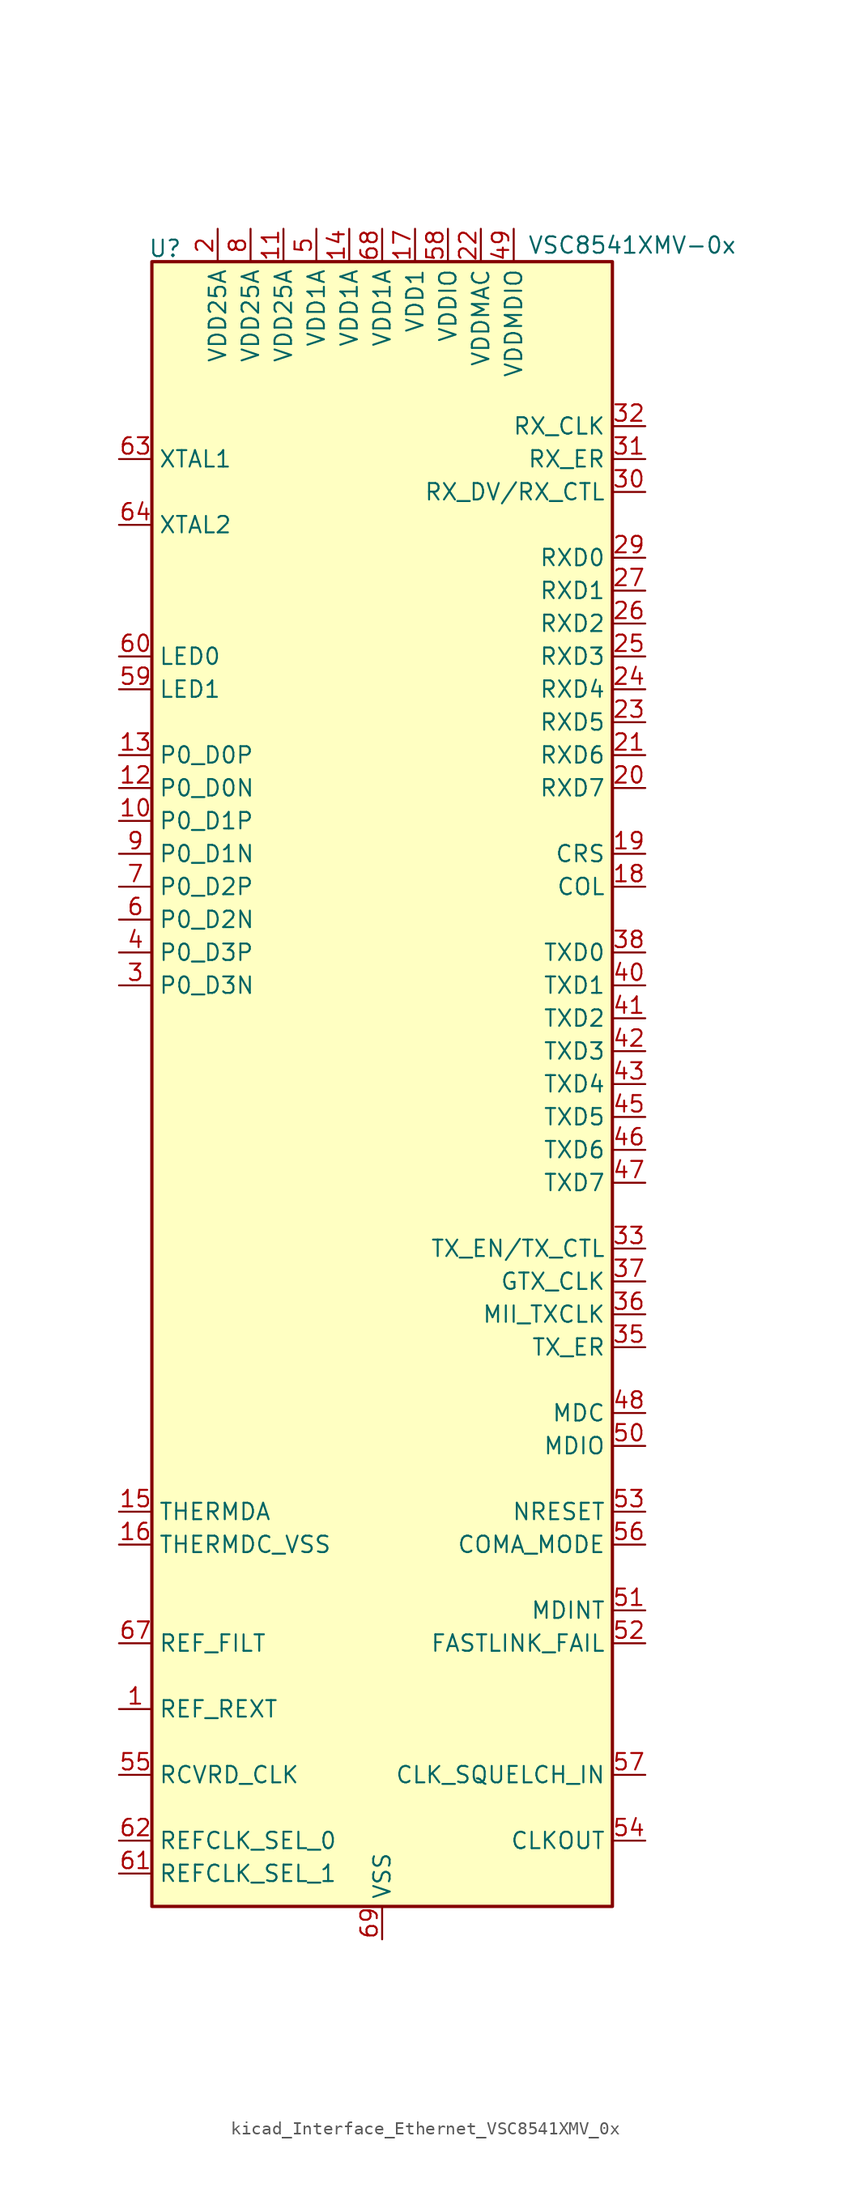
<source format=kicad_sym>
(kicad_symbol_lib
  (version 20220914)
  (generator kicad_symbol_editor)
  (symbol "kicad_Interface_Ethernet_VSC8541XMV_0x"
    (property "Reference" "U"
      (at -16.764 64.516 0)
      (effects (font (size 1.27 1.27))))
    (property "Value" "VSC8541XMV-0x"
      (at 19.304 64.77 0)
      (effects (font (size 1.27 1.27))))
    (symbol "kicad_Interface_Ethernet_VSC8541XMV_0x_0_1"
      (rectangle (start 17.78 -63.5) (end -17.78 63.5) (stroke (width 0.254) (type default)) (fill (type background)))
      (pin passive line (at -20.32 -48.26 0) (length 2.54) (name "REF_REXT" (effects (font (size 1.27 1.27)))) (number "1" (effects (font (size 1.27 1.27)))))
      (pin passive line (at -20.32 20.32 0) (length 2.54) (name "P0_D1P" (effects (font (size 1.27 1.27)))) (number "10" (effects (font (size 1.27 1.27)))))
      (pin power_in line (at -7.62 66.04 270) (length 2.54) (name "VDD25A" (effects (font (size 1.27 1.27)))) (number "11" (effects (font (size 1.27 1.27)))))
      (pin passive line (at -20.32 22.86 0) (length 2.54) (name "P0_D0N" (effects (font (size 1.27 1.27)))) (number "12" (effects (font (size 1.27 1.27)))))
      (pin passive line (at -20.32 25.4 0) (length 2.54) (name "P0_D0P" (effects (font (size 1.27 1.27)))) (number "13" (effects (font (size 1.27 1.27)))))
      (pin power_in line (at -2.54 66.04 270) (length 2.54) (name "VDD1A" (effects (font (size 1.27 1.27)))) (number "14" (effects (font (size 1.27 1.27)))))
      (pin passive line (at -20.32 -33.02 0) (length 2.54) (name "THERMDA" (effects (font (size 1.27 1.27)))) (number "15" (effects (font (size 1.27 1.27)))))
      (pin passive line (at -20.32 -35.56 0) (length 2.54) (name "THERMDC_VSS" (effects (font (size 1.27 1.27)))) (number "16" (effects (font (size 1.27 1.27)))))
      (pin power_in line (at 2.54 66.04 270) (length 2.54) (name "VDD1" (effects (font (size 1.27 1.27)))) (number "17" (effects (font (size 1.27 1.27)))))
      (pin bidirectional line (at 20.32 15.24 180) (length 2.54) (name "COL" (effects (font (size 1.27 1.27)))) (number "18" (effects (font (size 1.27 1.27)))))
      (pin bidirectional line (at 20.32 17.78 180) (length 2.54) (name "CRS" (effects (font (size 1.27 1.27)))) (number "19" (effects (font (size 1.27 1.27)))))
      (pin power_in line (at -12.7 66.04 270) (length 2.54) (name "VDD25A" (effects (font (size 1.27 1.27)))) (number "2" (effects (font (size 1.27 1.27)))))
      (pin bidirectional line (at 20.32 22.86 180) (length 2.54) (name "RXD7" (effects (font (size 1.27 1.27)))) (number "20" (effects (font (size 1.27 1.27)))))
      (pin bidirectional line (at 20.32 25.4 180) (length 2.54) (name "RXD6" (effects (font (size 1.27 1.27)))) (number "21" (effects (font (size 1.27 1.27)))))
      (pin power_in line (at 7.62 66.04 270) (length 2.54) (name "VDDMAC" (effects (font (size 1.27 1.27)))) (number "22" (effects (font (size 1.27 1.27)))))
      (pin bidirectional line (at 20.32 27.94 180) (length 2.54) (name "RXD5" (effects (font (size 1.27 1.27)))) (number "23" (effects (font (size 1.27 1.27)))))
      (pin bidirectional line (at 20.32 30.48 180) (length 2.54) (name "RXD4" (effects (font (size 1.27 1.27)))) (number "24" (effects (font (size 1.27 1.27)))))
      (pin bidirectional line (at 20.32 33.02 180) (length 2.54) (name "RXD3" (effects (font (size 1.27 1.27)))) (number "25" (effects (font (size 1.27 1.27)))))
      (pin bidirectional line (at 20.32 35.56 180) (length 2.54) (name "RXD2" (effects (font (size 1.27 1.27)))) (number "26" (effects (font (size 1.27 1.27)))))
      (pin bidirectional line (at 20.32 38.1 180) (length 2.54) (name "RXD1" (effects (font (size 1.27 1.27)))) (number "27" (effects (font (size 1.27 1.27)))))
      (pin passive line (at 7.62 66.04 270) (length 2.54) hide (name "VDDMAC" (effects (font (size 1.27 1.27)))) (number "28" (effects (font (size 1.27 1.27)))))
      (pin bidirectional line (at 20.32 40.64 180) (length 2.54) (name "RXD0" (effects (font (size 1.27 1.27)))) (number "29" (effects (font (size 1.27 1.27)))))
      (pin passive line (at -20.32 7.62 0) (length 2.54) (name "P0_D3N" (effects (font (size 1.27 1.27)))) (number "3" (effects (font (size 1.27 1.27)))))
      (pin bidirectional line (at 20.32 45.72 180) (length 2.54) (name "RX_DV/RX_CTL" (effects (font (size 1.27 1.27)))) (number "30" (effects (font (size 1.27 1.27)))))
      (pin bidirectional line (at 20.32 48.26 180) (length 2.54) (name "RX_ER" (effects (font (size 1.27 1.27)))) (number "31" (effects (font (size 1.27 1.27)))))
      (pin bidirectional line (at 20.32 50.8 180) (length 2.54) (name "RX_CLK" (effects (font (size 1.27 1.27)))) (number "32" (effects (font (size 1.27 1.27)))))
      (pin input line (at 20.32 -12.7 180) (length 2.54) (name "TX_EN/TX_CTL" (effects (font (size 1.27 1.27)))) (number "33" (effects (font (size 1.27 1.27)))))
      (pin passive line (at 2.54 66.04 270) (length 2.54) hide (name "VDD1" (effects (font (size 1.27 1.27)))) (number "34" (effects (font (size 1.27 1.27)))))
      (pin input line (at 20.32 -20.32 180) (length 2.54) (name "TX_ER" (effects (font (size 1.27 1.27)))) (number "35" (effects (font (size 1.27 1.27)))))
      (pin bidirectional line (at 20.32 -17.78 180) (length 2.54) (name "MII_TXCLK" (effects (font (size 1.27 1.27)))) (number "36" (effects (font (size 1.27 1.27)))))
      (pin input line (at 20.32 -15.24 180) (length 2.54) (name "GTX_CLK" (effects (font (size 1.27 1.27)))) (number "37" (effects (font (size 1.27 1.27)))))
      (pin input line (at 20.32 10.16 180) (length 2.54) (name "TXD0" (effects (font (size 1.27 1.27)))) (number "38" (effects (font (size 1.27 1.27)))))
      (pin passive line (at 7.62 66.04 270) (length 2.54) hide (name "VDDMAC" (effects (font (size 1.27 1.27)))) (number "39" (effects (font (size 1.27 1.27)))))
      (pin passive line (at -20.32 10.16 0) (length 2.54) (name "P0_D3P" (effects (font (size 1.27 1.27)))) (number "4" (effects (font (size 1.27 1.27)))))
      (pin input line (at 20.32 7.62 180) (length 2.54) (name "TXD1" (effects (font (size 1.27 1.27)))) (number "40" (effects (font (size 1.27 1.27)))))
      (pin input line (at 20.32 5.08 180) (length 2.54) (name "TXD2" (effects (font (size 1.27 1.27)))) (number "41" (effects (font (size 1.27 1.27)))))
      (pin input line (at 20.32 2.54 180) (length 2.54) (name "TXD3" (effects (font (size 1.27 1.27)))) (number "42" (effects (font (size 1.27 1.27)))))
      (pin input line (at 20.32 0 180) (length 2.54) (name "TXD4" (effects (font (size 1.27 1.27)))) (number "43" (effects (font (size 1.27 1.27)))))
      (pin passive line (at 7.62 66.04 270) (length 2.54) hide (name "VDDMAC" (effects (font (size 1.27 1.27)))) (number "44" (effects (font (size 1.27 1.27)))))
      (pin input line (at 20.32 -2.54 180) (length 2.54) (name "TXD5" (effects (font (size 1.27 1.27)))) (number "45" (effects (font (size 1.27 1.27)))))
      (pin input line (at 20.32 -5.08 180) (length 2.54) (name "TXD6" (effects (font (size 1.27 1.27)))) (number "46" (effects (font (size 1.27 1.27)))))
      (pin input line (at 20.32 -7.62 180) (length 2.54) (name "TXD7" (effects (font (size 1.27 1.27)))) (number "47" (effects (font (size 1.27 1.27)))))
      (pin input line (at 20.32 -25.4 180) (length 2.54) (name "MDC" (effects (font (size 1.27 1.27)))) (number "48" (effects (font (size 1.27 1.27)))))
      (pin power_in line (at 10.16 66.04 270) (length 2.54) (name "VDDMDIO" (effects (font (size 1.27 1.27)))) (number "49" (effects (font (size 1.27 1.27)))))
      (pin power_in line (at -5.08 66.04 270) (length 2.54) (name "VDD1A" (effects (font (size 1.27 1.27)))) (number "5" (effects (font (size 1.27 1.27)))))
      (pin bidirectional line (at 20.32 -27.94 180) (length 2.54) (name "MDIO" (effects (font (size 1.27 1.27)))) (number "50" (effects (font (size 1.27 1.27)))))
      (pin output line (at 20.32 -40.64 180) (length 2.54) (name "MDINT" (effects (font (size 1.27 1.27)))) (number "51" (effects (font (size 1.27 1.27)))))
      (pin output line (at 20.32 -43.18 180) (length 2.54) (name "FASTLINK_FAIL" (effects (font (size 1.27 1.27)))) (number "52" (effects (font (size 1.27 1.27)))))
      (pin input line (at 20.32 -33.02 180) (length 2.54) (name "NRESET" (effects (font (size 1.27 1.27)))) (number "53" (effects (font (size 1.27 1.27)))))
      (pin bidirectional line (at 20.32 -58.42 180) (length 2.54) (name "CLKOUT" (effects (font (size 1.27 1.27)))) (number "54" (effects (font (size 1.27 1.27)))))
      (pin output line (at -20.32 -53.34 0) (length 2.54) (name "RCVRD_CLK" (effects (font (size 1.27 1.27)))) (number "55" (effects (font (size 1.27 1.27)))))
      (pin bidirectional line (at 20.32 -35.56 180) (length 2.54) (name "COMA_MODE" (effects (font (size 1.27 1.27)))) (number "56" (effects (font (size 1.27 1.27)))))
      (pin input line (at 20.32 -53.34 180) (length 2.54) (name "CLK_SQUELCH_IN" (effects (font (size 1.27 1.27)))) (number "57" (effects (font (size 1.27 1.27)))))
      (pin power_in line (at 5.08 66.04 270) (length 2.54) (name "VDDIO" (effects (font (size 1.27 1.27)))) (number "58" (effects (font (size 1.27 1.27)))))
      (pin output line (at -20.32 30.48 0) (length 2.54) (name "LED1" (effects (font (size 1.27 1.27)))) (number "59" (effects (font (size 1.27 1.27)))))
      (pin passive line (at -20.32 12.7 0) (length 2.54) (name "P0_D2N" (effects (font (size 1.27 1.27)))) (number "6" (effects (font (size 1.27 1.27)))))
      (pin output line (at -20.32 33.02 0) (length 2.54) (name "LED0" (effects (font (size 1.27 1.27)))) (number "60" (effects (font (size 1.27 1.27)))))
      (pin input line (at -20.32 -60.96 0) (length 2.54) (name "REFCLK_SEL_1" (effects (font (size 1.27 1.27)))) (number "61" (effects (font (size 1.27 1.27)))))
      (pin input line (at -20.32 -58.42 0) (length 2.54) (name "REFCLK_SEL_0" (effects (font (size 1.27 1.27)))) (number "62" (effects (font (size 1.27 1.27)))))
      (pin input line (at -20.32 48.26 0) (length 2.54) (name "XTAL1" (effects (font (size 1.27 1.27)))) (number "63" (effects (font (size 1.27 1.27)))))
      (pin output line (at -20.32 43.18 0) (length 2.54) (name "XTAL2" (effects (font (size 1.27 1.27)))) (number "64" (effects (font (size 1.27 1.27)))))
      (pin no_connect line (at -17.78 -20.32 0) (length 2.54) hide (name "RESERVED_1" (effects (font (size 1.27 1.27)))) (number "65" (effects (font (size 1.27 1.27)))))
      (pin no_connect line (at -17.78 -17.78 0) (length 2.54) hide (name "RESERVED_0" (effects (font (size 1.27 1.27)))) (number "66" (effects (font (size 1.27 1.27)))))
      (pin passive line (at -20.32 -43.18 0) (length 2.54) (name "REF_FILT" (effects (font (size 1.27 1.27)))) (number "67" (effects (font (size 1.27 1.27)))))
      (pin power_in line (at 0 66.04 270) (length 2.54) (name "VDD1A" (effects (font (size 1.27 1.27)))) (number "68" (effects (font (size 1.27 1.27)))))
      (pin power_in line (at 0 -66.04 90) (length 2.54) (name "VSS" (effects (font (size 1.27 1.27)))) (number "69" (effects (font (size 1.27 1.27)))))
      (pin passive line (at -20.32 15.24 0) (length 2.54) (name "P0_D2P" (effects (font (size 1.27 1.27)))) (number "7" (effects (font (size 1.27 1.27)))))
      (pin power_in line (at -10.16 66.04 270) (length 2.54) (name "VDD25A" (effects (font (size 1.27 1.27)))) (number "8" (effects (font (size 1.27 1.27)))))
      (pin passive line (at -20.32 17.78 0) (length 2.54) (name "P0_D1N" (effects (font (size 1.27 1.27)))) (number "9" (effects (font (size 1.27 1.27))))))))
</source>
